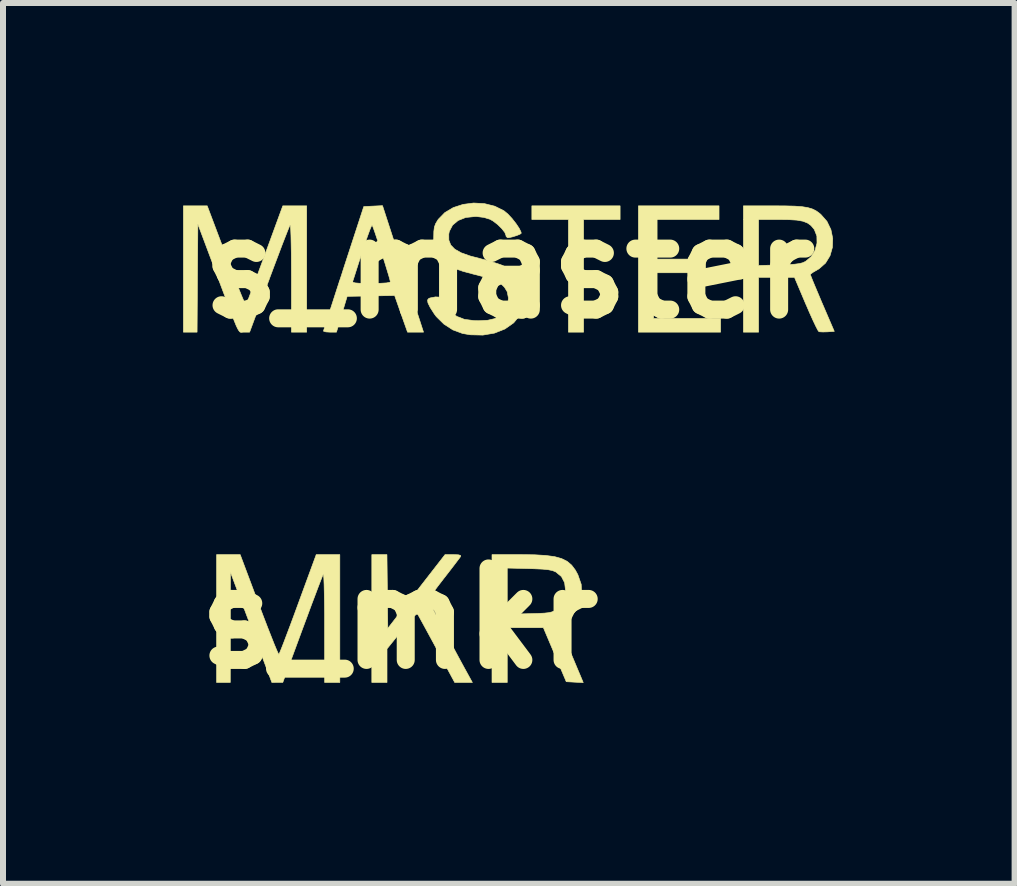
<source format=kicad_pcb>
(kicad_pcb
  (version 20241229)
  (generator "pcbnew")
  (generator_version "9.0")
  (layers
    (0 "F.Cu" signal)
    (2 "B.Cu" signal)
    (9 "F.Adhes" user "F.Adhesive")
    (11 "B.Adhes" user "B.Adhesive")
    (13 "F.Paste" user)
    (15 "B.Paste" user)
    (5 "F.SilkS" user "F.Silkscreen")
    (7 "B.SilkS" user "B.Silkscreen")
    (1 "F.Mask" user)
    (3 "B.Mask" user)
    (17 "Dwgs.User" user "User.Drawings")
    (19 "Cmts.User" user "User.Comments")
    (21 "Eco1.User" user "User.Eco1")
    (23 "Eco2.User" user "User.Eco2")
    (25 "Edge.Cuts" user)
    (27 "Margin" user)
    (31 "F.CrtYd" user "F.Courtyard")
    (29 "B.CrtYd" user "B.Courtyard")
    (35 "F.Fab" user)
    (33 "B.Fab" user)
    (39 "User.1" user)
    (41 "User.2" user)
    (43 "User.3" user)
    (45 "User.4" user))
  (footprint "s_master"
    (layer "F.Cu")
    (at 5.43 1.418)
    (property "Reference" "s_master" (at 0 0 0) (layer "F.SilkS") (effects (font (size 1.524 1.524) (thickness 0.3))))
    (attr through_hole)
    (fp_poly (pts (xy 1.85 -0.811) (xy 1.242 -0.811) (xy 1.242 1.065) (xy 0.989 1.065) (xy 0.989 -0.811) (xy 0.38 -0.811) (xy 0.38 -1.039) (xy 1.85 -1.039) (xy 1.85 -0.811)) (stroke (width 0.01) (type solid)) (fill yes) (layer "F.SilkS"))
    (fp_poly (pts (xy 3.498 -0.811) (xy 2.408 -0.811) (xy 2.408 -0.152) (xy 3.27 -0.152) (xy 3.27 0.076) (xy 2.408 0.076) (xy 2.408 0.837) (xy 3.524 0.837) (xy 3.524 1.065) (xy 2.155 1.065) (xy 2.155 -1.039) (xy 3.498 -1.039) (xy 3.498 -0.811)) (stroke (width 0.01) (type solid)) (fill yes) (layer "F.SilkS"))
    (fp_poly (pts (xy -4.713 -0.204) (xy -4.64 -0.011) (xy -4.572 0.165) (xy -4.511 0.32) (xy -4.46 0.447) (xy -4.42 0.542) (xy -4.394 0.599) (xy -4.383 0.614) (xy -4.371 0.586) (xy -4.344 0.517) (xy -4.304 0.411) (xy -4.252 0.275) (xy -4.192 0.113) (xy -4.125 -0.068) (xy -4.068 -0.222) (xy -3.769 -1.039) (xy -3.371 -1.039) (xy -3.371 1.065) (xy -3.625 1.065) (xy -3.625 0.16) (xy -3.626 -0.051) (xy -3.627 -0.243) (xy -3.63 -0.409) (xy -3.633 -0.545) (xy -3.637 -0.646) (xy -3.642 -0.706) (xy -3.647 -0.721) (xy -3.66 -0.693) (xy -3.689 -0.622) (xy -3.731 -0.515) (xy -3.785 -0.376) (xy -3.847 -0.211) (xy -3.917 -0.026) (xy -3.992 0.174) (xy -3.995 0.184) (xy -4.322 1.065) (xy -4.415 1.065) (xy -4.437 1.066) (xy -4.454 1.069) (xy -4.47 1.068) (xy -4.485 1.06) (xy -4.501 1.041) (xy -4.521 1.008) (xy -4.546 0.955) (xy -4.577 0.879) (xy -4.617 0.776) (xy -4.668 0.642) (xy -4.731 0.474) (xy -4.809 0.267) (xy -4.902 0.017) (xy -4.92 -0.032) (xy -5.184 -0.736) (xy -5.191 0.164) (xy -5.197 1.065) (xy -5.425 1.065) (xy -5.425 -1.039) (xy -5.028 -1.039) (xy -4.713 -0.204)) (stroke (width 0.01) (type solid)) (fill yes) (layer "F.SilkS"))
    (fp_poly (pts (xy -1.912 -0.438) (xy -1.847 -0.238) (xy -1.777 -0.023) (xy -1.707 0.194) (xy -1.641 0.396) (xy -1.585 0.569) (xy -1.571 0.615) (xy -1.425 1.065) (xy -1.691 1.065) (xy -1.799 0.76) (xy -1.906 0.455) (xy -2.302 0.462) (xy -2.697 0.469) (xy -2.875 1.065) (xy -2.984 1.065) (xy -3.05 1.061) (xy -3.087 1.051) (xy -3.091 1.046) (xy -3.083 1.018) (xy -3.061 0.948) (xy -3.026 0.839) (xy -2.981 0.698) (xy -2.926 0.528) (xy -2.864 0.336) (xy -2.827 0.222) (xy -2.605 0.222) (xy -2.598 0.236) (xy -2.561 0.245) (xy -2.489 0.251) (xy -2.374 0.253) (xy -2.297 0.253) (xy -2.143 0.251) (xy -2.04 0.245) (xy -1.986 0.234) (xy -1.977 0.226) (xy -1.985 0.192) (xy -2.005 0.12) (xy -2.036 0.019) (xy -2.073 -0.102) (xy -2.115 -0.232) (xy -2.157 -0.364) (xy -2.198 -0.487) (xy -2.233 -0.592) (xy -2.261 -0.671) (xy -2.278 -0.712) (xy -2.28 -0.716) (xy -2.293 -0.7) (xy -2.318 -0.641) (xy -2.352 -0.549) (xy -2.394 -0.429) (xy -2.441 -0.288) (xy -2.446 -0.273) (xy -2.493 -0.127) (xy -2.535 0.004) (xy -2.569 0.111) (xy -2.593 0.186) (xy -2.605 0.221) (xy -2.605 0.222) (xy -2.827 0.222) (xy -2.795 0.126) (xy -2.755 0) (xy -2.42 -1.027) (xy -2.108 -1.042) (xy -1.912 -0.438)) (stroke (width 0.01) (type solid)) (fill yes) (layer "F.SilkS"))
    (fp_poly (pts (xy 4.602 -1.038) (xy 4.759 -1.034) (xy 4.881 -1.025) (xy 4.975 -1.01) (xy 5.05 -0.988) (xy 5.112 -0.958) (xy 5.169 -0.917) (xy 5.193 -0.897) (xy 5.296 -0.78) (xy 5.362 -0.643) (xy 5.392 -0.496) (xy 5.387 -0.348) (xy 5.347 -0.208) (xy 5.272 -0.085) (xy 5.164 0.01) (xy 5.135 0.027) (xy 5.069 0.065) (xy 5.027 0.095) (xy 5.019 0.105) (xy 5.029 0.133) (xy 5.055 0.199) (xy 5.096 0.298) (xy 5.148 0.421) (xy 5.207 0.562) (xy 5.218 0.587) (xy 5.418 1.052) (xy 5.304 1.06) (xy 5.229 1.062) (xy 5.173 1.059) (xy 5.162 1.057) (xy 5.143 1.031) (xy 5.109 0.965) (xy 5.063 0.868) (xy 5.008 0.746) (xy 4.948 0.607) (xy 4.944 0.599) (xy 4.755 0.152) (xy 4.157 0.152) (xy 4.157 1.065) (xy 3.904 1.065) (xy 3.904 -0.045) (xy 4.157 -0.045) (xy 4.506 -0.055) (xy 4.653 -0.06) (xy 4.76 -0.067) (xy 4.836 -0.077) (xy 4.892 -0.091) (xy 4.936 -0.112) (xy 4.942 -0.115) (xy 5.034 -0.194) (xy 5.098 -0.299) (xy 5.13 -0.418) (xy 5.128 -0.536) (xy 5.087 -0.641) (xy 5.079 -0.653) (xy 5.029 -0.712) (xy 4.97 -0.754) (xy 4.895 -0.783) (xy 4.795 -0.801) (xy 4.661 -0.809) (xy 4.506 -0.811) (xy 4.157 -0.811) (xy 4.157 -0.045) (xy 3.904 -0.045) (xy 3.904 -1.039) (xy 4.402 -1.039) (xy 4.602 -1.038)) (stroke (width 0.01) (type solid)) (fill yes) (layer "F.SilkS"))
    (fp_poly (pts (xy -0.41 -1.076) (xy -0.238 -1.033) (xy -0.083 -0.956) (xy -0.083 -0.955) (xy -0.02 -0.903) (xy 0.049 -0.829) (xy 0.115 -0.745) (xy 0.168 -0.666) (xy 0.199 -0.603) (xy 0.203 -0.582) (xy 0.181 -0.566) (xy 0.129 -0.545) (xy 0.063 -0.524) (xy 0.004 -0.51) (xy -0.022 -0.507) (xy -0.048 -0.527) (xy -0.051 -0.544) (xy -0.07 -0.595) (xy -0.121 -0.66) (xy -0.19 -0.728) (xy -0.266 -0.786) (xy -0.317 -0.815) (xy -0.418 -0.846) (xy -0.54 -0.861) (xy -0.567 -0.861) (xy -0.722 -0.845) (xy -0.848 -0.795) (xy -0.941 -0.717) (xy -0.995 -0.614) (xy -1.004 -0.567) (xy -1.003 -0.468) (xy -0.971 -0.386) (xy -0.904 -0.317) (xy -0.798 -0.257) (xy -0.649 -0.204) (xy -0.5 -0.165) (xy -0.303 -0.113) (xy -0.133 -0.056) (xy 0.002 0.002) (xy 0.096 0.06) (xy 0.11 0.071) (xy 0.193 0.179) (xy 0.245 0.321) (xy 0.263 0.485) (xy 0.26 0.589) (xy 0.244 0.665) (xy 0.211 0.739) (xy 0.188 0.777) (xy 0.077 0.91) (xy -0.068 1.012) (xy -0.242 1.081) (xy -0.436 1.114) (xy -0.646 1.109) (xy -0.775 1.087) (xy -0.935 1.028) (xy -1.085 0.931) (xy -1.211 0.807) (xy -1.246 0.76) (xy -1.314 0.653) (xy -1.351 0.578) (xy -1.358 0.53) (xy -1.336 0.503) (xy -1.313 0.495) (xy -1.226 0.478) (xy -1.168 0.481) (xy -1.123 0.513) (xy -1.076 0.58) (xy -1.06 0.607) (xy -0.973 0.723) (xy -0.87 0.803) (xy -0.743 0.852) (xy -0.583 0.873) (xy -0.508 0.875) (xy -0.355 0.867) (xy -0.239 0.84) (xy -0.149 0.789) (xy -0.073 0.711) (xy -0.066 0.702) (xy -0.022 0.606) (xy -0.01 0.497) (xy -0.031 0.391) (xy -0.076 0.317) (xy -0.123 0.271) (xy -0.175 0.234) (xy -0.241 0.202) (xy -0.33 0.17) (xy -0.452 0.135) (xy -0.585 0.101) (xy -0.764 0.053) (xy -0.9 0.007) (xy -1.004 -0.04) (xy -1.083 -0.093) (xy -1.146 -0.157) (xy -1.178 -0.199) (xy -1.217 -0.26) (xy -1.241 -0.316) (xy -1.252 -0.382) (xy -1.255 -0.478) (xy -1.255 -0.507) (xy -1.253 -0.612) (xy -1.244 -0.684) (xy -1.224 -0.74) (xy -1.189 -0.799) (xy -1.178 -0.815) (xy -1.07 -0.926) (xy -0.929 -1.01) (xy -0.766 -1.063) (xy -0.59 -1.086) (xy -0.41 -1.076)) (stroke (width 0.01) (type solid)) (fill yes) (layer "F.SilkS")))
  (footprint "s_mkr"
    (layer "F.Cu")
    (at 3.6 7.254)
    (property "Reference" "s_mkr" (at 0 0 0) (layer "F.SilkS") (effects (font (size 1.524 1.524) (thickness 0.3))))
    (attr through_hole)
    (fp_poly (pts (xy -2.335 -0.228) (xy -2.262 -0.035) (xy -2.194 0.142) (xy -2.133 0.297) (xy -2.082 0.426) (xy -2.042 0.522) (xy -2.015 0.581) (xy -2.004 0.597) (xy -1.992 0.571) (xy -1.964 0.504) (xy -1.923 0.399) (xy -1.872 0.264) (xy -1.811 0.103) (xy -1.744 -0.078) (xy -1.685 -0.239) (xy -1.382 -1.065) (xy -0.989 -1.065) (xy -0.989 1.065) (xy -1.242 1.065) (xy -1.243 0.146) (xy -1.243 -0.069) (xy -1.245 -0.263) (xy -1.248 -0.43) (xy -1.251 -0.566) (xy -1.255 -0.666) (xy -1.26 -0.725) (xy -1.265 -0.739) (xy -1.278 -0.708) (xy -1.307 -0.635) (xy -1.349 -0.526) (xy -1.402 -0.385) (xy -1.465 -0.219) (xy -1.534 -0.032) (xy -1.609 0.169) (xy -1.613 0.18) (xy -1.939 1.064) (xy -2.03 1.064) (xy -2.121 1.065) (xy -2.466 0.146) (xy -2.811 -0.773) (xy -2.813 0.146) (xy -2.814 1.065) (xy -3.042 1.065) (xy -3.042 -1.065) (xy -2.649 -1.065) (xy -2.335 -0.228)) (stroke (width 0.01) (type solid)) (fill yes) (layer "F.SilkS"))
    (fp_poly (pts (xy -0.197 -0.451) (xy -0.19 0.164) (xy 0.287 -0.451) (xy 0.764 -1.065) (xy 0.903 -1.065) (xy 0.984 -1.062) (xy 1.022 -1.052) (xy 1.023 -1.033) (xy 1.001 -1.003) (xy 0.954 -0.941) (xy 0.887 -0.853) (xy 0.806 -0.748) (xy 0.742 -0.666) (xy 0.656 -0.554) (xy 0.582 -0.456) (xy 0.525 -0.38) (xy 0.49 -0.331) (xy 0.482 -0.317) (xy 0.493 -0.292) (xy 0.525 -0.23) (xy 0.574 -0.136) (xy 0.636 -0.017) (xy 0.708 0.119) (xy 0.787 0.266) (xy 0.868 0.418) (xy 0.948 0.568) (xy 1.024 0.709) (xy 1.092 0.834) (xy 1.132 0.906) (xy 1.219 1.065) (xy 0.925 1.065) (xy 0.627 0.513) (xy 0.544 0.359) (xy 0.468 0.219) (xy 0.403 0.1) (xy 0.352 0.007) (xy 0.319 -0.053) (xy 0.308 -0.071) (xy 0.289 -0.072) (xy 0.249 -0.04) (xy 0.186 0.027) (xy 0.098 0.132) (xy 0.042 0.201) (xy -0.203 0.505) (xy -0.203 1.065) (xy -0.456 1.065) (xy -0.456 -1.065) (xy -0.204 -1.065) (xy -0.197 -0.451)) (stroke (width 0.01) (type solid)) (fill yes) (layer "F.SilkS"))
    (fp_poly (pts (xy 2.255 -1.062) (xy 2.441 -1.051) (xy 2.59 -1.031) (xy 2.707 -0.998) (xy 2.799 -0.952) (xy 2.873 -0.889) (xy 2.934 -0.808) (xy 2.976 -0.731) (xy 3.032 -0.57) (xy 3.039 -0.413) (xy 2.996 -0.253) (xy 2.972 -0.201) (xy 2.925 -0.119) (xy 2.869 -0.054) (xy 2.793 0.006) (xy 2.7 0.064) (xy 2.685 0.077) (xy 2.68 0.099) (xy 2.686 0.137) (xy 2.706 0.198) (xy 2.74 0.289) (xy 2.793 0.416) (xy 2.821 0.482) (xy 2.879 0.621) (xy 2.933 0.75) (xy 2.979 0.86) (xy 3.013 0.94) (xy 3.026 0.971) (xy 3.066 1.067) (xy 2.925 1.06) (xy 2.783 1.052) (xy 2.402 0.152) (xy 1.8 0.152) (xy 1.8 1.065) (xy 1.546 1.065) (xy 1.546 -0.072) (xy 1.8 -0.072) (xy 2.166 -0.081) (xy 2.313 -0.085) (xy 2.418 -0.09) (xy 2.492 -0.098) (xy 2.543 -0.11) (xy 2.58 -0.126) (xy 2.601 -0.141) (xy 2.697 -0.229) (xy 2.751 -0.323) (xy 2.771 -0.44) (xy 2.772 -0.461) (xy 2.756 -0.596) (xy 2.703 -0.699) (xy 2.609 -0.776) (xy 2.601 -0.78) (xy 2.553 -0.799) (xy 2.485 -0.813) (xy 2.388 -0.823) (xy 2.253 -0.829) (xy 2.161 -0.832) (xy 1.8 -0.841) (xy 1.8 -0.072) (xy 1.546 -0.072) (xy 1.546 -1.065) (xy 2.024 -1.065) (xy 2.255 -1.062)) (stroke (width 0.01) (type solid)) (fill yes) (layer "F.SilkS")))
  (gr_rect
    (start -3 -3)
    (end 13.852 11.672)
    (stroke (width 0.1) (type default))
    (fill no)
    (layer "Edge.Cuts")))
</source>
